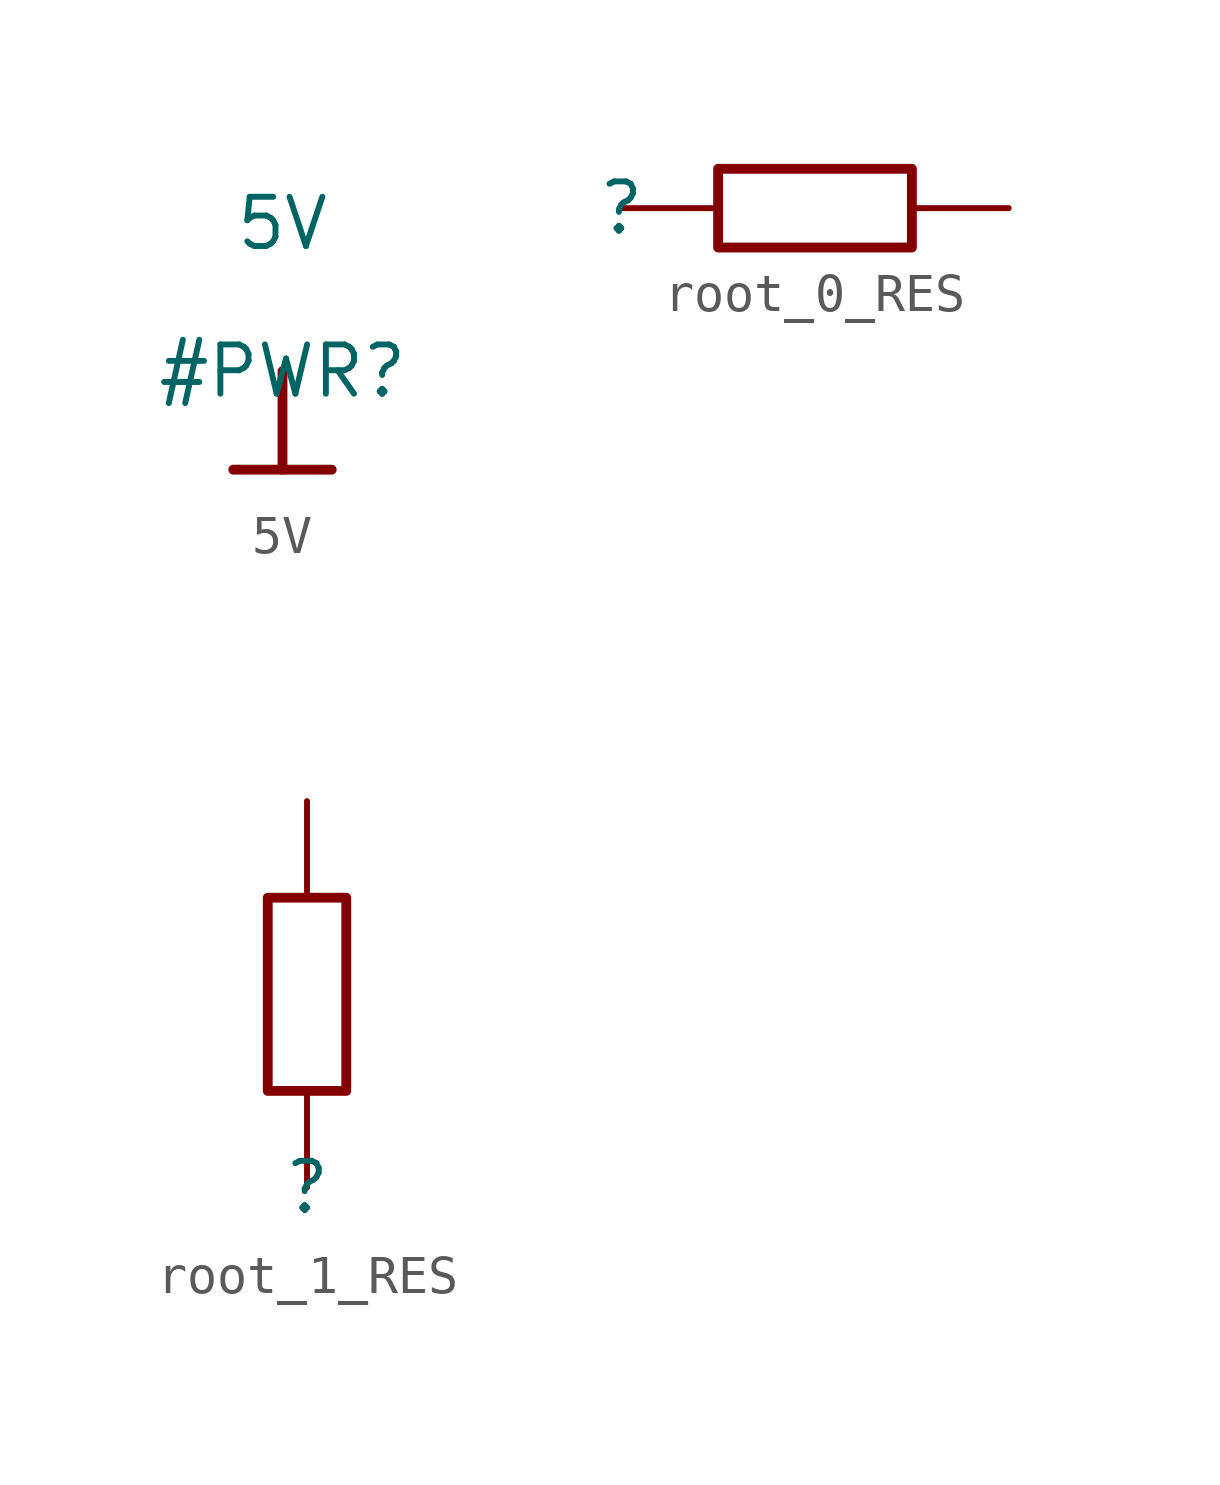
<source format=kicad_sym>
(kicad_symbol_lib
  (version 20220914)
  (generator kicad_symbol_editor)
  (symbol "5V"
    (power)
    (property "Reference" "#PWR"
      (at 0 0 0)
      (effects (font (size 1.27 1.27))))
    (property "Value" "5V"
      (at 0 3.81 0)
      (effects (font (size 1.27 1.27))))
    (symbol "5V_0_0"
      (polyline (pts (xy -1.27 -2.54) (xy 1.27 -2.54)) (stroke (width 0.254) (type solid)) (fill (type none)))
      (polyline (pts (xy 0 0) (xy 0 -2.54)) (stroke (width 0.254) (type solid)) (fill (type none)))
      (pin power_in line (at 0 0 0) (length 0) hide (name "5V" (effects (font (size 1.27 1.27)))) (number "" (effects (font (size 1.27 1.27)))))))
  (symbol "root_0_RES"
    (property "Reference" ""
      (at 0 0 0)
      (effects (font (size 1.27 1.27))))
    (property "Value" ""
      (at 0 0 0)
      (effects (font (size 1.27 1.27))))
    (symbol "root_0_RES_1_0"
      (rectangle (start 7.5 1.016) (end 2.5 -1.016) (stroke (width 0.254) (type solid)) (fill (type none)))
      (pin passive line (at 0 0 0) (length 2.5) (name "1" (effects (font (size 0 0)))) (number "1" (effects (font (size 0 0)))))
      (pin passive line (at 10 0 180) (length 2.5) (name "2" (effects (font (size 0 0)))) (number "2" (effects (font (size 0 0)))))))
  (symbol "root_1_RES"
    (property "Reference" ""
      (at 0 0 0)
      (effects (font (size 1.27 1.27))))
    (property "Value" ""
      (at 0 0 0)
      (effects (font (size 1.27 1.27))))
    (symbol "root_1_RES_1_0"
      (rectangle (start 1.016 7.5) (end -1.016 2.5) (stroke (width 0.254) (type solid)) (fill (type none)))
      (pin passive line (at 0 0 90) (length 2.5) (name "1" (effects (font (size 0 0)))) (number "1" (effects (font (size 0 0)))))
      (pin passive line (at 0 10 270) (length 2.5) (name "2" (effects (font (size 0 0)))) (number "2" (effects (font (size 0 0))))))))
</source>
